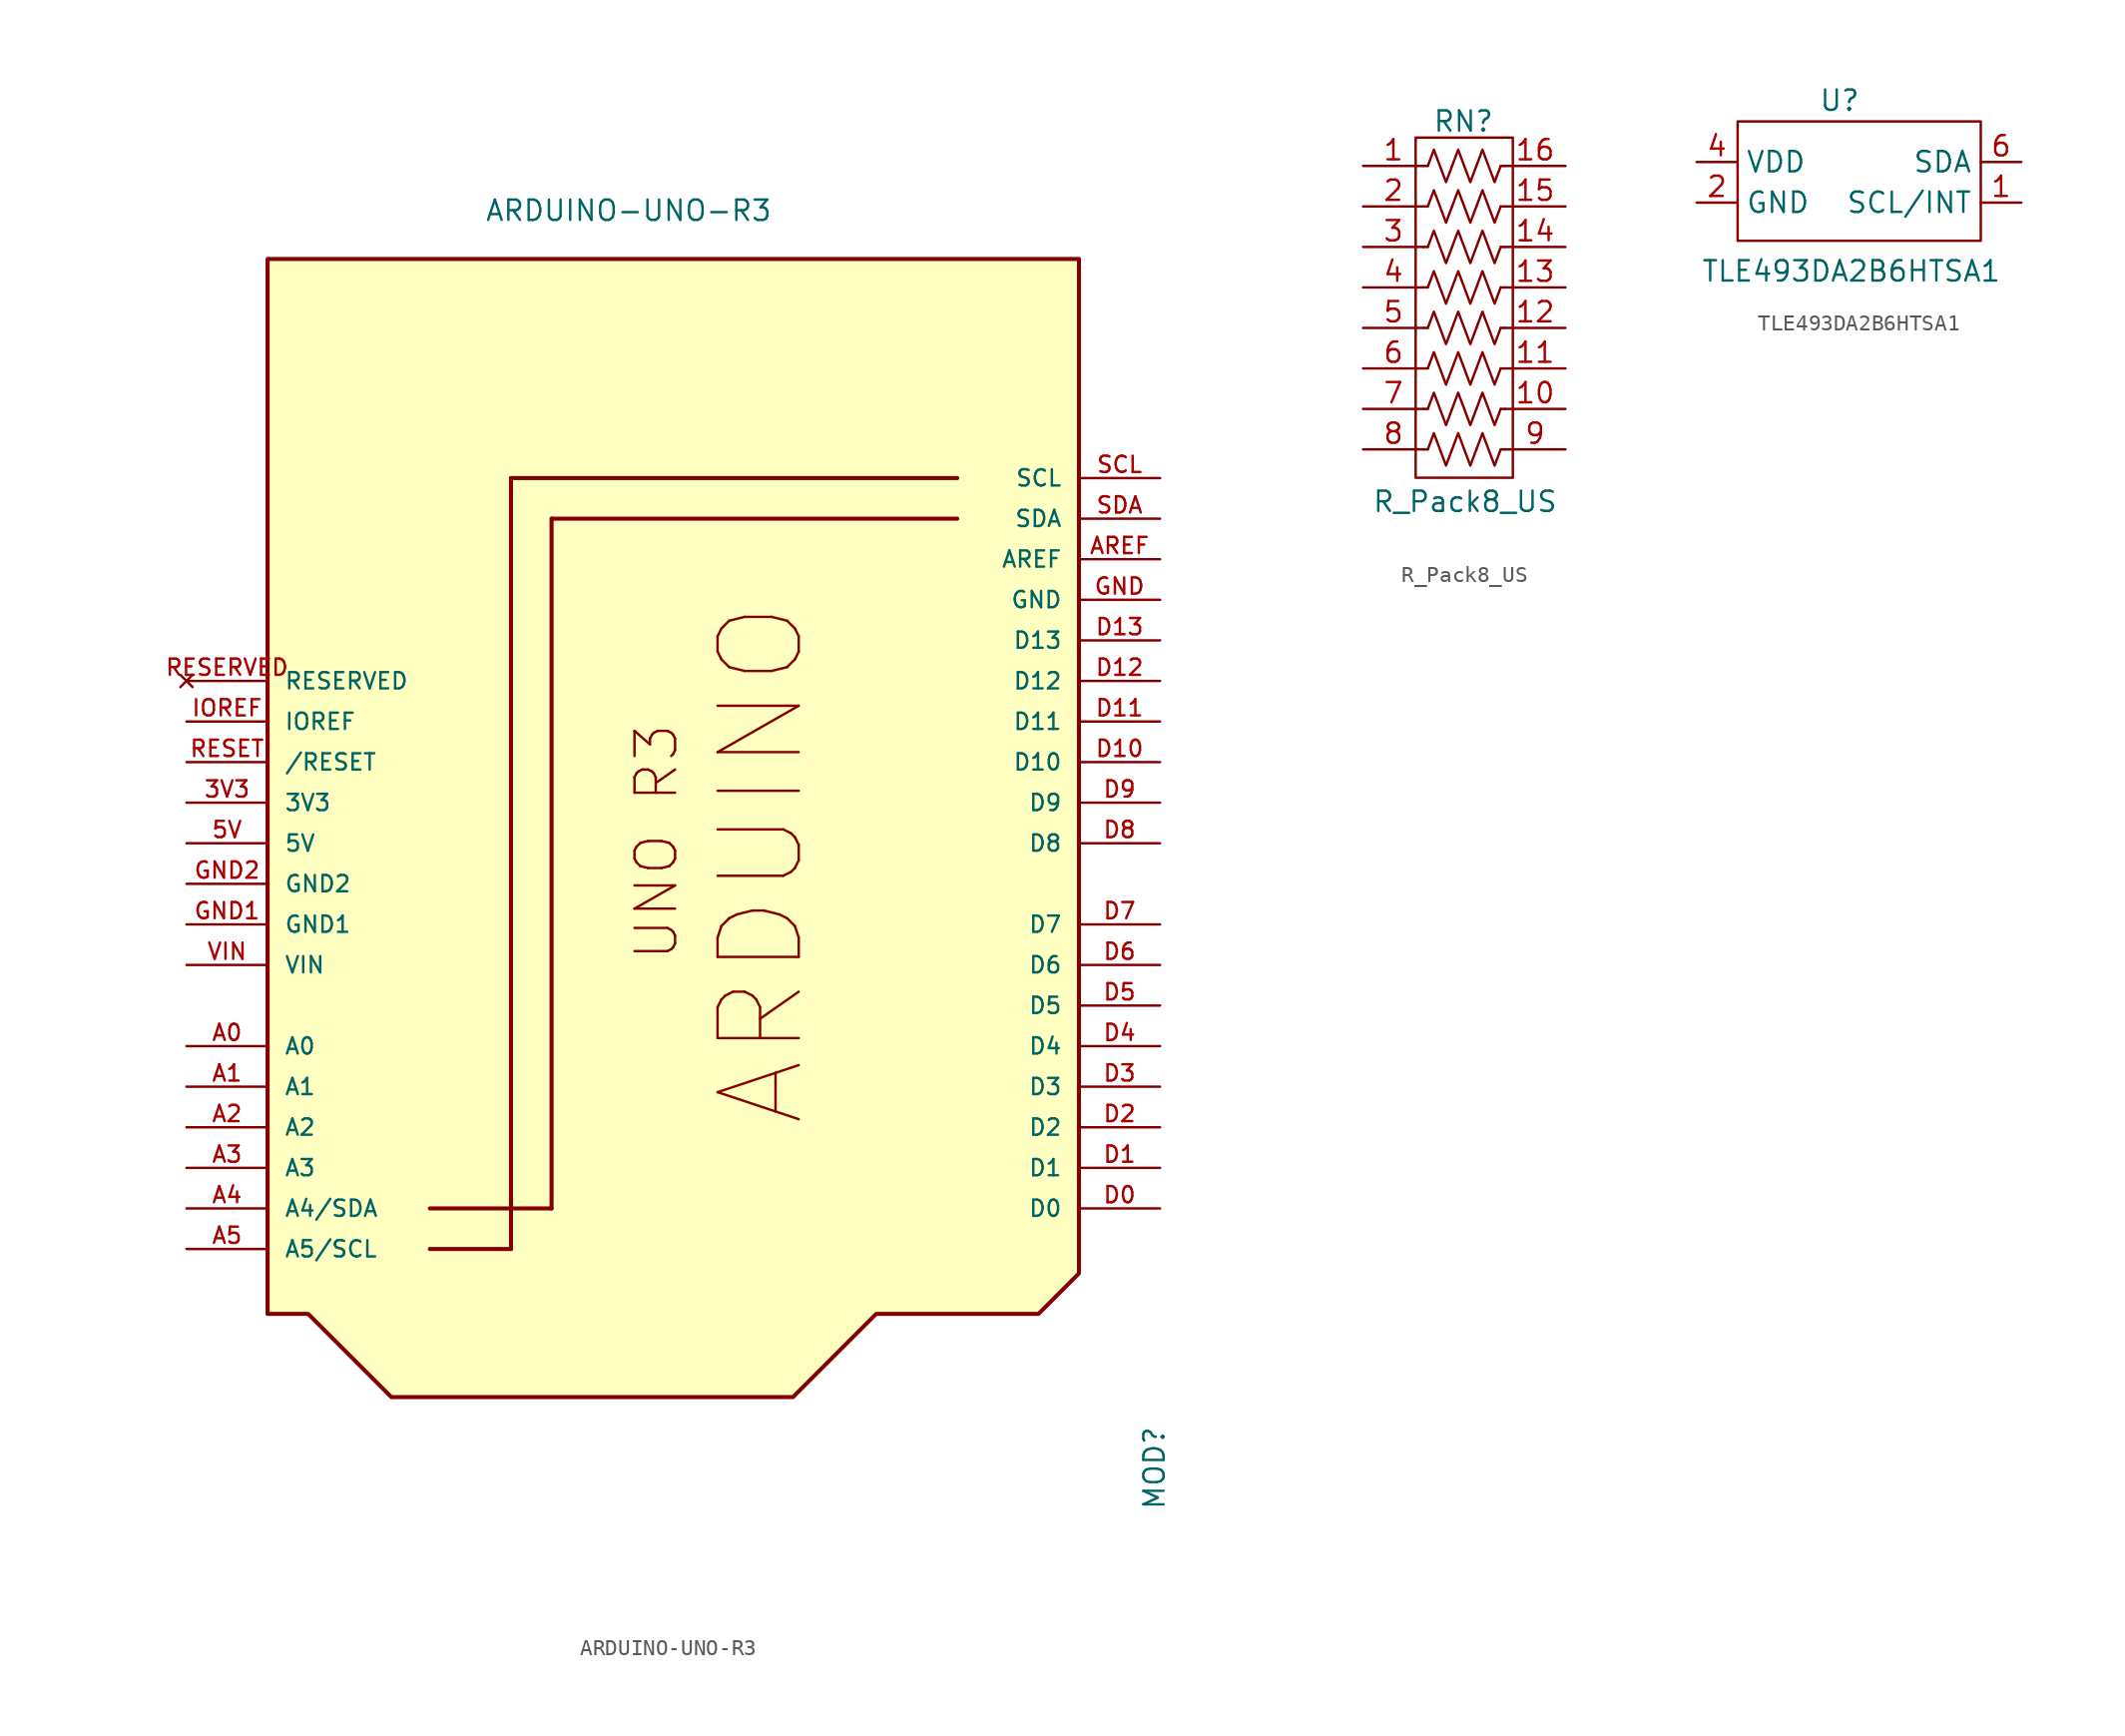
<source format=kicad_sym>
(kicad_symbol_lib
  (version 20220914)
  (generator kicad_symbol_editor)
  (symbol "ARDUINO-UNO-R3"
    (pin_names
      (offset 1.016))
    (property "Reference" "MOD"
      (at 30.861 -41.656 90)
      (effects (font (size 1.27 1.27)) (justify bottom)))
    (property "Value" "ARDUINO-UNO-R3"
      (at -2.794 36.322 0)
      (effects (font (size 1.27 1.27)) (justify bottom)))
    (symbol "ARDUINO-UNO-R3_0_0"
      (polyline (pts (xy -10.16 -27.94) (xy -15.24 -27.94)) (stroke (width 0.254) (type default)) (fill (type none)))
      (polyline (pts (xy -10.16 20.32) (xy -10.16 -27.94)) (stroke (width 0.254) (type default)) (fill (type none)))
      (polyline (pts (xy -7.62 -25.4) (xy -15.24 -25.4)) (stroke (width 0.254) (type default)) (fill (type none)))
      (polyline (pts (xy -7.62 17.78) (xy -7.62 -25.4)) (stroke (width 0.254) (type default)) (fill (type none)))
      (polyline (pts (xy 17.78 17.78) (xy -7.62 17.78)) (stroke (width 0.254) (type default)) (fill (type none)))
      (polyline (pts (xy 17.78 20.32) (xy -10.16 20.32)) (stroke (width 0.254) (type default)) (fill (type none)))
      (text "ARDUINO" (at 2.54 12.7 900) (effects (font (size 5.08 5.08)) (justify right top)))
      (text "UNO R3" (at -2.54 5.08 900) (effects (font (size 2.54 2.54)) (justify right top)))
      (pin power_in line (at -30.48 -2.54 0) (length 5.08) (name "5V" (effects (font (size 1.016 1.016)))) (number "5V" (effects (font (size 1.016 1.016)))))
      (pin bidirectional line (at -30.48 -15.24 0) (length 5.08) (name "A0" (effects (font (size 1.016 1.016)))) (number "A0" (effects (font (size 1.016 1.016)))))
      (pin bidirectional line (at -30.48 -17.78 0) (length 5.08) (name "A1" (effects (font (size 1.016 1.016)))) (number "A1" (effects (font (size 1.016 1.016)))))
      (pin bidirectional line (at -30.48 -20.32 0) (length 5.08) (name "A2" (effects (font (size 1.016 1.016)))) (number "A2" (effects (font (size 1.016 1.016)))))
      (pin bidirectional line (at -30.48 -22.86 0) (length 5.08) (name "A3" (effects (font (size 1.016 1.016)))) (number "A3" (effects (font (size 1.016 1.016)))))
      (pin bidirectional line (at -30.48 -25.4 0) (length 5.08) (name "A4/SDA" (effects (font (size 1.016 1.016)))) (number "A4" (effects (font (size 1.016 1.016)))))
      (pin bidirectional line (at -30.48 -27.94 0) (length 5.08) (name "A5/SCL" (effects (font (size 1.016 1.016)))) (number "A5" (effects (font (size 1.016 1.016)))))
      (pin bidirectional line (at 30.48 15.24 180) (length 5.08) (name "AREF" (effects (font (size 1.016 1.016)))) (number "AREF" (effects (font (size 1.016 1.016)))))
      (pin bidirectional line (at 30.48 -25.4 180) (length 5.08) (name "D0" (effects (font (size 1.016 1.016)))) (number "D0" (effects (font (size 1.016 1.016)))))
      (pin bidirectional line (at 30.48 -22.86 180) (length 5.08) (name "D1" (effects (font (size 1.016 1.016)))) (number "D1" (effects (font (size 1.016 1.016)))))
      (pin bidirectional line (at 30.48 2.54 180) (length 5.08) (name "D10" (effects (font (size 1.016 1.016)))) (number "D10" (effects (font (size 1.016 1.016)))))
      (pin bidirectional line (at 30.48 5.08 180) (length 5.08) (name "D11" (effects (font (size 1.016 1.016)))) (number "D11" (effects (font (size 1.016 1.016)))))
      (pin bidirectional line (at 30.48 7.62 180) (length 5.08) (name "D12" (effects (font (size 1.016 1.016)))) (number "D12" (effects (font (size 1.016 1.016)))))
      (pin bidirectional line (at 30.48 10.16 180) (length 5.08) (name "D13" (effects (font (size 1.016 1.016)))) (number "D13" (effects (font (size 1.016 1.016)))))
      (pin bidirectional line (at 30.48 -20.32 180) (length 5.08) (name "D2" (effects (font (size 1.016 1.016)))) (number "D2" (effects (font (size 1.016 1.016)))))
      (pin bidirectional line (at 30.48 -17.78 180) (length 5.08) (name "D3" (effects (font (size 1.016 1.016)))) (number "D3" (effects (font (size 1.016 1.016)))))
      (pin bidirectional line (at 30.48 -15.24 180) (length 5.08) (name "D4" (effects (font (size 1.016 1.016)))) (number "D4" (effects (font (size 1.016 1.016)))))
      (pin bidirectional line (at 30.48 -12.7 180) (length 5.08) (name "D5" (effects (font (size 1.016 1.016)))) (number "D5" (effects (font (size 1.016 1.016)))))
      (pin bidirectional line (at 30.48 -10.16 180) (length 5.08) (name "D6" (effects (font (size 1.016 1.016)))) (number "D6" (effects (font (size 1.016 1.016)))))
      (pin bidirectional line (at 30.48 -7.62 180) (length 5.08) (name "D7" (effects (font (size 1.016 1.016)))) (number "D7" (effects (font (size 1.016 1.016)))))
      (pin bidirectional line (at 30.48 -2.54 180) (length 5.08) (name "D8" (effects (font (size 1.016 1.016)))) (number "D8" (effects (font (size 1.016 1.016)))))
      (pin bidirectional line (at 30.48 0 180) (length 5.08) (name "D9" (effects (font (size 1.016 1.016)))) (number "D9" (effects (font (size 1.016 1.016)))))
      (pin power_in line (at 30.48 12.7 180) (length 5.08) (name "GND" (effects (font (size 1.016 1.016)))) (number "GND" (effects (font (size 1.016 1.016)))))
      (pin power_in line (at -30.48 -7.62 0) (length 5.08) (name "GND1" (effects (font (size 1.016 1.016)))) (number "GND1" (effects (font (size 1.016 1.016)))))
      (pin power_in line (at -30.48 -5.08 0) (length 5.08) (name "GND2" (effects (font (size 1.016 1.016)))) (number "GND2" (effects (font (size 1.016 1.016)))))
      (pin output line (at -30.48 5.08 0) (length 5.08) (name "IOREF" (effects (font (size 1.016 1.016)))) (number "IOREF" (effects (font (size 1.016 1.016)))))
      (pin no_connect line (at -30.48 7.62 0) (length 5.08) (name "RESERVED" (effects (font (size 1.016 1.016)))) (number "RESERVED" (effects (font (size 1.016 1.016)))))
      (pin bidirectional line (at -30.48 2.54 0) (length 5.08) (name "/RESET" (effects (font (size 1.016 1.016)))) (number "RESET" (effects (font (size 1.016 1.016)))))
      (pin bidirectional line (at 30.48 20.32 180) (length 5.08) (name "SCL" (effects (font (size 1.016 1.016)))) (number "SCL" (effects (font (size 1.016 1.016)))))
      (pin bidirectional line (at 30.48 17.78 180) (length 5.08) (name "SDA" (effects (font (size 1.016 1.016)))) (number "SDA" (effects (font (size 1.016 1.016)))))
      (pin power_in line (at -30.48 -10.16 0) (length 5.08) (name "VIN" (effects (font (size 1.016 1.016)))) (number "VIN" (effects (font (size 1.016 1.016))))))
    (symbol "ARDUINO-UNO-R3_1_0"
      (pin power_in line (at -30.48 0 0) (length 5.08) (name "3V3" (effects (font (size 1.016 1.016)))) (number "3V3" (effects (font (size 1.016 1.016))))))
    (symbol "ARDUINO-UNO-R3_1_1"
      (polyline (pts (xy 25.4 34.036) (xy -25.4 34.036) (xy -25.4 -32.004) (xy -22.86 -32.004) (xy -17.653 -37.211) (xy 7.493 -37.211) (xy 12.7 -32.004) (xy 22.86 -32.004) (xy 25.4 -29.464) (xy 25.4 34.036)) (stroke (width 0.254) (type default)) (fill (type background)))))
  (symbol "R_Pack8_US"
    (property "Reference" "RN"
      (at 1.219 2.794 0)
      (effects (font (size 1.27 1.27))))
    (property "Value" "R_Pack8_US"
      (at 1.321 -21.057 0)
      (effects (font (size 1.27 1.27))))
    (symbol "R_Pack8_US_0_1"
      (rectangle (start -1.778 1.778) (end 4.318 -19.558) (stroke (width 0) (type default)) (fill (type none)))
      (polyline (pts (xy -1.016 -17.78) (xy -1.27 -17.78)) (stroke (width 0) (type default)) (fill (type none)))
      (polyline (pts (xy -1.016 -15.24) (xy -1.27 -15.24)) (stroke (width 0) (type default)) (fill (type none)))
      (polyline (pts (xy -1.016 -12.7) (xy -1.27 -12.7)) (stroke (width 0) (type default)) (fill (type none)))
      (polyline (pts (xy -1.016 -10.16) (xy -1.27 -10.16)) (stroke (width 0) (type default)) (fill (type none)))
      (polyline (pts (xy -1.016 -7.62) (xy -1.27 -7.62)) (stroke (width 0) (type default)) (fill (type none)))
      (polyline (pts (xy -1.016 -5.08) (xy -1.27 -5.08)) (stroke (width 0) (type default)) (fill (type none)))
      (polyline (pts (xy -1.016 -2.54) (xy -1.27 -2.54)) (stroke (width 0) (type default)) (fill (type none)))
      (polyline (pts (xy -1.016 0) (xy -1.27 0)) (stroke (width 0) (type default)) (fill (type none)))
      (polyline (pts (xy 3.556 -17.78) (xy 3.81 -17.78)) (stroke (width 0) (type default)) (fill (type none)))
      (polyline (pts (xy 3.556 -15.24) (xy 3.81 -15.24)) (stroke (width 0) (type default)) (fill (type none)))
      (polyline (pts (xy 3.556 -12.7) (xy 3.81 -12.7)) (stroke (width 0) (type default)) (fill (type none)))
      (polyline (pts (xy 3.556 -10.16) (xy 3.81 -10.16)) (stroke (width 0) (type default)) (fill (type none)))
      (polyline (pts (xy 3.556 -7.62) (xy 3.81 -7.62)) (stroke (width 0) (type default)) (fill (type none)))
      (polyline (pts (xy 3.556 -5.08) (xy 3.81 -5.08)) (stroke (width 0) (type default)) (fill (type none)))
      (polyline (pts (xy 3.556 -2.54) (xy 3.81 -2.54)) (stroke (width 0) (type default)) (fill (type none)))
      (polyline (pts (xy 3.556 0) (xy 3.81 0)) (stroke (width 0) (type default)) (fill (type none)))
      (polyline (pts (xy -1.016 -17.78) (xy -0.635 -16.764) (xy -0.254 -17.78) (xy 0.127 -18.796) (xy 0.508 -17.78)) (stroke (width 0) (type default)) (fill (type none)))
      (polyline (pts (xy -1.016 -15.24) (xy -0.635 -14.224) (xy -0.254 -15.24) (xy 0.127 -16.256) (xy 0.508 -15.24)) (stroke (width 0) (type default)) (fill (type none)))
      (polyline (pts (xy -1.016 -12.7) (xy -0.635 -11.684) (xy -0.254 -12.7) (xy 0.127 -13.716) (xy 0.508 -12.7)) (stroke (width 0) (type default)) (fill (type none)))
      (polyline (pts (xy -1.016 -10.16) (xy -0.635 -9.144) (xy -0.254 -10.16) (xy 0.127 -11.176) (xy 0.508 -10.16)) (stroke (width 0) (type default)) (fill (type none)))
      (polyline (pts (xy -1.016 -7.62) (xy -0.635 -6.604) (xy -0.254 -7.62) (xy 0.127 -8.636) (xy 0.508 -7.62)) (stroke (width 0) (type default)) (fill (type none)))
      (polyline (pts (xy -1.016 -5.08) (xy -0.635 -4.064) (xy -0.254 -5.08) (xy 0.127 -6.096) (xy 0.508 -5.08)) (stroke (width 0) (type default)) (fill (type none)))
      (polyline (pts (xy -1.016 -2.54) (xy -0.635 -1.524) (xy -0.254 -2.54) (xy 0.127 -3.556) (xy 0.508 -2.54)) (stroke (width 0) (type default)) (fill (type none)))
      (polyline (pts (xy -1.016 0) (xy -0.635 1.016) (xy -0.254 0) (xy 0.127 -1.016) (xy 0.508 0)) (stroke (width 0) (type default)) (fill (type none)))
      (polyline (pts (xy 0.508 -17.78) (xy 0.889 -16.764) (xy 1.27 -17.78) (xy 1.651 -18.796) (xy 2.032 -17.78)) (stroke (width 0) (type default)) (fill (type none)))
      (polyline (pts (xy 0.508 -15.24) (xy 0.889 -14.224) (xy 1.27 -15.24) (xy 1.651 -16.256) (xy 2.032 -15.24)) (stroke (width 0) (type default)) (fill (type none)))
      (polyline (pts (xy 0.508 -12.7) (xy 0.889 -11.684) (xy 1.27 -12.7) (xy 1.651 -13.716) (xy 2.032 -12.7)) (stroke (width 0) (type default)) (fill (type none)))
      (polyline (pts (xy 0.508 -10.16) (xy 0.889 -9.144) (xy 1.27 -10.16) (xy 1.651 -11.176) (xy 2.032 -10.16)) (stroke (width 0) (type default)) (fill (type none)))
      (polyline (pts (xy 0.508 -7.62) (xy 0.889 -6.604) (xy 1.27 -7.62) (xy 1.651 -8.636) (xy 2.032 -7.62)) (stroke (width 0) (type default)) (fill (type none)))
      (polyline (pts (xy 0.508 -5.08) (xy 0.889 -4.064) (xy 1.27 -5.08) (xy 1.651 -6.096) (xy 2.032 -5.08)) (stroke (width 0) (type default)) (fill (type none)))
      (polyline (pts (xy 0.508 -2.54) (xy 0.889 -1.524) (xy 1.27 -2.54) (xy 1.651 -3.556) (xy 2.032 -2.54)) (stroke (width 0) (type default)) (fill (type none)))
      (polyline (pts (xy 0.508 0) (xy 0.889 1.016) (xy 1.27 0) (xy 1.651 -1.016) (xy 2.032 0)) (stroke (width 0) (type default)) (fill (type none)))
      (polyline (pts (xy 2.032 -17.78) (xy 2.413 -16.764) (xy 2.794 -17.78) (xy 3.175 -18.796) (xy 3.556 -17.78)) (stroke (width 0) (type default)) (fill (type none)))
      (polyline (pts (xy 2.032 -15.24) (xy 2.413 -14.224) (xy 2.794 -15.24) (xy 3.175 -16.256) (xy 3.556 -15.24)) (stroke (width 0) (type default)) (fill (type none)))
      (polyline (pts (xy 2.032 -12.7) (xy 2.413 -11.684) (xy 2.794 -12.7) (xy 3.175 -13.716) (xy 3.556 -12.7)) (stroke (width 0) (type default)) (fill (type none)))
      (polyline (pts (xy 2.032 -10.16) (xy 2.413 -9.144) (xy 2.794 -10.16) (xy 3.175 -11.176) (xy 3.556 -10.16)) (stroke (width 0) (type default)) (fill (type none)))
      (polyline (pts (xy 2.032 -7.62) (xy 2.413 -6.604) (xy 2.794 -7.62) (xy 3.175 -8.636) (xy 3.556 -7.62)) (stroke (width 0) (type default)) (fill (type none)))
      (polyline (pts (xy 2.032 -5.08) (xy 2.413 -4.064) (xy 2.794 -5.08) (xy 3.175 -6.096) (xy 3.556 -5.08)) (stroke (width 0) (type default)) (fill (type none)))
      (polyline (pts (xy 2.032 -2.54) (xy 2.413 -1.524) (xy 2.794 -2.54) (xy 3.175 -3.556) (xy 3.556 -2.54)) (stroke (width 0) (type default)) (fill (type none)))
      (polyline (pts (xy 2.032 0) (xy 2.413 1.016) (xy 2.794 0) (xy 3.175 -1.016) (xy 3.556 0)) (stroke (width 0) (type default)) (fill (type none))))
    (symbol "R_Pack8_US_1_1"
      (pin passive line (at -5.08 0 0) (length 3.81) (name "~" (effects (font (size 1.27 1.27)))) (number "1" (effects (font (size 1.27 1.27)))))
      (pin passive line (at 7.62 -15.24 180) (length 3.81) (name "~" (effects (font (size 1.27 1.27)))) (number "10" (effects (font (size 1.27 1.27)))))
      (pin passive line (at 7.62 -12.7 180) (length 3.81) (name "~" (effects (font (size 1.27 1.27)))) (number "11" (effects (font (size 1.27 1.27)))))
      (pin passive line (at 7.62 -10.16 180) (length 3.81) (name "~" (effects (font (size 1.27 1.27)))) (number "12" (effects (font (size 1.27 1.27)))))
      (pin passive line (at 7.62 -7.62 180) (length 3.81) (name "~" (effects (font (size 1.27 1.27)))) (number "13" (effects (font (size 1.27 1.27)))))
      (pin passive line (at 7.62 -5.08 180) (length 3.81) (name "~" (effects (font (size 1.27 1.27)))) (number "14" (effects (font (size 1.27 1.27)))))
      (pin passive line (at 7.62 -2.54 180) (length 3.81) (name "~" (effects (font (size 1.27 1.27)))) (number "15" (effects (font (size 1.27 1.27)))))
      (pin passive line (at 7.62 0 180) (length 3.81) (name "~" (effects (font (size 1.27 1.27)))) (number "16" (effects (font (size 1.27 1.27)))))
      (pin passive line (at -5.08 -2.54 0) (length 3.81) (name "~" (effects (font (size 1.27 1.27)))) (number "2" (effects (font (size 1.27 1.27)))))
      (pin passive line (at -5.08 -5.08 0) (length 3.81) (name "~" (effects (font (size 1.27 1.27)))) (number "3" (effects (font (size 1.27 1.27)))))
      (pin passive line (at -5.08 -7.62 0) (length 3.81) (name "~" (effects (font (size 1.27 1.27)))) (number "4" (effects (font (size 1.27 1.27)))))
      (pin passive line (at -5.08 -10.16 0) (length 3.81) (name "~" (effects (font (size 1.27 1.27)))) (number "5" (effects (font (size 1.27 1.27)))))
      (pin passive line (at -5.08 -12.7 0) (length 3.81) (name "~" (effects (font (size 1.27 1.27)))) (number "6" (effects (font (size 1.27 1.27)))))
      (pin passive line (at -5.08 -15.24 0) (length 3.81) (name "~" (effects (font (size 1.27 1.27)))) (number "7" (effects (font (size 1.27 1.27)))))
      (pin passive line (at -5.08 -17.78 0) (length 3.81) (name "~" (effects (font (size 1.27 1.27)))) (number "8" (effects (font (size 1.27 1.27)))))
      (pin passive line (at 7.62 -17.78 180) (length 3.81) (name "~" (effects (font (size 1.27 1.27)))) (number "9" (effects (font (size 1.27 1.27)))))))
  (symbol "TLE493DA2B6HTSA1"
    (property "Reference" "U"
      (at -1.214 3.848 0)
      (effects (font (size 1.27 1.27))))
    (property "Value" "TLE493DA2B6HTSA1"
      (at -0.483 -6.833 0)
      (effects (font (size 1.27 1.27))))
    (symbol "TLE493DA2B6HTSA1_0_1"
      (rectangle (start -7.595 2.54) (end 7.62 -4.928) (stroke (width 0) (type default)) (fill (type none))))
    (symbol "TLE493DA2B6HTSA1_1_1"
      (pin passive line (at 10.16 -2.54 180) (length 2.54) (name "SCL/INT" (effects (font (size 1.27 1.27)))) (number "1" (effects (font (size 1.27 1.27)))))
      (pin passive line (at -10.16 -2.54 0) (length 2.54) (name "GND" (effects (font (size 1.27 1.27)))) (number "2" (effects (font (size 1.27 1.27)))))
      (pin passive line (at -10.16 -2.54 0) (length 2.54) hide (name "GND" (effects (font (size 1.27 1.27)))) (number "3" (effects (font (size 1.27 1.27)))))
      (pin passive line (at -10.16 0 0) (length 2.54) (name "VDD" (effects (font (size 1.27 1.27)))) (number "4" (effects (font (size 1.27 1.27)))))
      (pin passive line (at -10.16 -2.54 0) (length 2.54) hide (name "GND" (effects (font (size 1.27 1.27)))) (number "5" (effects (font (size 1.27 1.27)))))
      (pin passive line (at 10.16 0 180) (length 2.54) (name "SDA" (effects (font (size 1.27 1.27)))) (number "6" (effects (font (size 1.27 1.27))))))))
</source>
